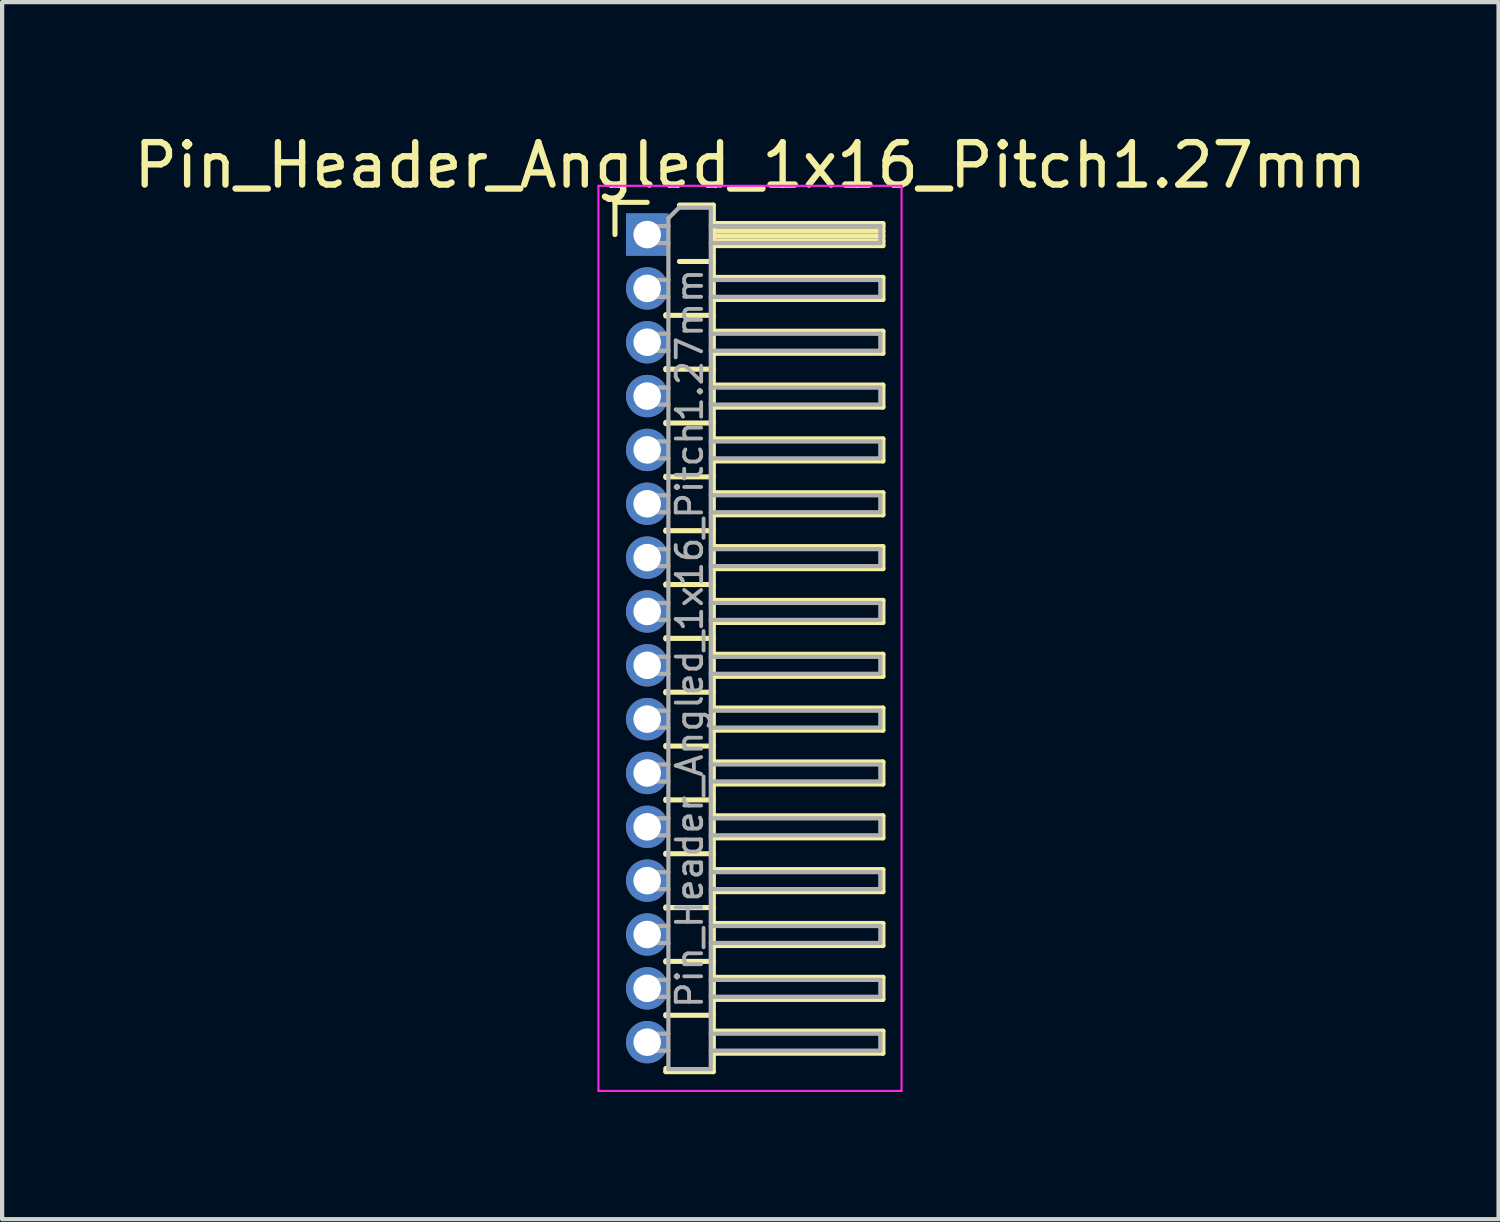
<source format=kicad_pcb>
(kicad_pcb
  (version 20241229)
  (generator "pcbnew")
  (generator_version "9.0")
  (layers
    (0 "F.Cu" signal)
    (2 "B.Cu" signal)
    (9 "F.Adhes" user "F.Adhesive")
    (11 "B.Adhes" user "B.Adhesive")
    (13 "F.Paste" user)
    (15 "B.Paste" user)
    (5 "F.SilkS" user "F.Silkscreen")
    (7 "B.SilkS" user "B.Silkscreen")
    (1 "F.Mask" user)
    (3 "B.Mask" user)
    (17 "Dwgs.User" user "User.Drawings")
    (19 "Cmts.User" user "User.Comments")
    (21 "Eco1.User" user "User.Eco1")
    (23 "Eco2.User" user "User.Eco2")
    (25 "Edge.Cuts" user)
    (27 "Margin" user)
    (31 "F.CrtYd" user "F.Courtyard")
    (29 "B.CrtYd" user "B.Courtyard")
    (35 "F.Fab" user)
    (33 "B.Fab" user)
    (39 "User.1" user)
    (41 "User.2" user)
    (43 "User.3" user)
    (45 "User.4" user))
  (footprint "Pin_Header_Angled_1x16_Pitch1.27mm"
    (layer "F.Cu")
    (at 12.216 2.483)
    (property "Reference" "Pin_Header_Angled_1x16_Pitch1.27mm" (at 2.433 -1.635 0) (layer "F.SilkS") (effects (font (size 1 1) (thickness 0.15))))
    (attr through_hole)
    (fp_line (start -0.76 -0.76) (end 0 -0.76) (stroke (width 0.12) (type solid)) (layer "F.SilkS"))
    (fp_line (start -0.76 0) (end -0.76 -0.76) (stroke (width 0.12) (type solid)) (layer "F.SilkS"))
    (fp_line (start 0.44 1.89) (end 0.44 1.92) (stroke (width 0.12) (type solid)) (layer "F.SilkS"))
    (fp_line (start 0.44 1.905) (end 1.56 1.905) (stroke (width 0.12) (type solid)) (layer "F.SilkS"))
    (fp_line (start 0.44 3.16) (end 0.44 3.19) (stroke (width 0.12) (type solid)) (layer "F.SilkS"))
    (fp_line (start 0.44 3.175) (end 1.56 3.175) (stroke (width 0.12) (type solid)) (layer "F.SilkS"))
    (fp_line (start 0.44 4.43) (end 0.44 4.46) (stroke (width 0.12) (type solid)) (layer "F.SilkS"))
    (fp_line (start 0.44 4.445) (end 1.56 4.445) (stroke (width 0.12) (type solid)) (layer "F.SilkS"))
    (fp_line (start 0.44 5.7) (end 0.44 5.73) (stroke (width 0.12) (type solid)) (layer "F.SilkS"))
    (fp_line (start 0.44 5.715) (end 1.56 5.715) (stroke (width 0.12) (type solid)) (layer "F.SilkS"))
    (fp_line (start 0.44 6.97) (end 0.44 7) (stroke (width 0.12) (type solid)) (layer "F.SilkS"))
    (fp_line (start 0.44 6.985) (end 1.56 6.985) (stroke (width 0.12) (type solid)) (layer "F.SilkS"))
    (fp_line (start 0.44 8.24) (end 0.44 8.27) (stroke (width 0.12) (type solid)) (layer "F.SilkS"))
    (fp_line (start 0.44 8.255) (end 1.56 8.255) (stroke (width 0.12) (type solid)) (layer "F.SilkS"))
    (fp_line (start 0.44 9.51) (end 0.44 9.54) (stroke (width 0.12) (type solid)) (layer "F.SilkS"))
    (fp_line (start 0.44 9.525) (end 1.56 9.525) (stroke (width 0.12) (type solid)) (layer "F.SilkS"))
    (fp_line (start 0.44 10.78) (end 0.44 10.81) (stroke (width 0.12) (type solid)) (layer "F.SilkS"))
    (fp_line (start 0.44 10.795) (end 1.56 10.795) (stroke (width 0.12) (type solid)) (layer "F.SilkS"))
    (fp_line (start 0.44 12.05) (end 0.44 12.08) (stroke (width 0.12) (type solid)) (layer "F.SilkS"))
    (fp_line (start 0.44 12.065) (end 1.56 12.065) (stroke (width 0.12) (type solid)) (layer "F.SilkS"))
    (fp_line (start 0.44 13.32) (end 0.44 13.35) (stroke (width 0.12) (type solid)) (layer "F.SilkS"))
    (fp_line (start 0.44 13.335) (end 1.56 13.335) (stroke (width 0.12) (type solid)) (layer "F.SilkS"))
    (fp_line (start 0.44 14.59) (end 0.44 14.62) (stroke (width 0.12) (type solid)) (layer "F.SilkS"))
    (fp_line (start 0.44 14.605) (end 1.56 14.605) (stroke (width 0.12) (type solid)) (layer "F.SilkS"))
    (fp_line (start 0.44 15.86) (end 0.44 15.89) (stroke (width 0.12) (type solid)) (layer "F.SilkS"))
    (fp_line (start 0.44 15.875) (end 1.56 15.875) (stroke (width 0.12) (type solid)) (layer "F.SilkS"))
    (fp_line (start 0.44 17.13) (end 0.44 17.16) (stroke (width 0.12) (type solid)) (layer "F.SilkS"))
    (fp_line (start 0.44 17.145) (end 1.56 17.145) (stroke (width 0.12) (type solid)) (layer "F.SilkS"))
    (fp_line (start 0.44 18.4) (end 0.44 18.43) (stroke (width 0.12) (type solid)) (layer "F.SilkS"))
    (fp_line (start 0.44 18.415) (end 1.56 18.415) (stroke (width 0.12) (type solid)) (layer "F.SilkS"))
    (fp_line (start 0.44 19.745) (end 0.44 19.67) (stroke (width 0.12) (type solid)) (layer "F.SilkS"))
    (fp_line (start 0.76 -0.695) (end 1.56 -0.695) (stroke (width 0.12) (type solid)) (layer "F.SilkS"))
    (fp_line (start 0.76 0.635) (end 1.56 0.635) (stroke (width 0.12) (type solid)) (layer "F.SilkS"))
    (fp_line (start 1.56 -0.695) (end 1.56 19.745) (stroke (width 0.12) (type solid)) (layer "F.SilkS"))
    (fp_line (start 1.56 -0.26) (end 5.56 -0.26) (stroke (width 0.12) (type solid)) (layer "F.SilkS"))
    (fp_line (start 1.56 -0.2) (end 5.56 -0.2) (stroke (width 0.12) (type solid)) (layer "F.SilkS"))
    (fp_line (start 1.56 -0.08) (end 5.56 -0.08) (stroke (width 0.12) (type solid)) (layer "F.SilkS"))
    (fp_line (start 1.56 0.04) (end 5.56 0.04) (stroke (width 0.12) (type solid)) (layer "F.SilkS"))
    (fp_line (start 1.56 0.16) (end 5.56 0.16) (stroke (width 0.12) (type solid)) (layer "F.SilkS"))
    (fp_line (start 1.56 1.01) (end 5.56 1.01) (stroke (width 0.12) (type solid)) (layer "F.SilkS"))
    (fp_line (start 1.56 2.28) (end 5.56 2.28) (stroke (width 0.12) (type solid)) (layer "F.SilkS"))
    (fp_line (start 1.56 3.55) (end 5.56 3.55) (stroke (width 0.12) (type solid)) (layer "F.SilkS"))
    (fp_line (start 1.56 4.82) (end 5.56 4.82) (stroke (width 0.12) (type solid)) (layer "F.SilkS"))
    (fp_line (start 1.56 6.09) (end 5.56 6.09) (stroke (width 0.12) (type solid)) (layer "F.SilkS"))
    (fp_line (start 1.56 7.36) (end 5.56 7.36) (stroke (width 0.12) (type solid)) (layer "F.SilkS"))
    (fp_line (start 1.56 8.63) (end 5.56 8.63) (stroke (width 0.12) (type solid)) (layer "F.SilkS"))
    (fp_line (start 1.56 9.9) (end 5.56 9.9) (stroke (width 0.12) (type solid)) (layer "F.SilkS"))
    (fp_line (start 1.56 11.17) (end 5.56 11.17) (stroke (width 0.12) (type solid)) (layer "F.SilkS"))
    (fp_line (start 1.56 12.44) (end 5.56 12.44) (stroke (width 0.12) (type solid)) (layer "F.SilkS"))
    (fp_line (start 1.56 13.71) (end 5.56 13.71) (stroke (width 0.12) (type solid)) (layer "F.SilkS"))
    (fp_line (start 1.56 14.98) (end 5.56 14.98) (stroke (width 0.12) (type solid)) (layer "F.SilkS"))
    (fp_line (start 1.56 16.25) (end 5.56 16.25) (stroke (width 0.12) (type solid)) (layer "F.SilkS"))
    (fp_line (start 1.56 17.52) (end 5.56 17.52) (stroke (width 0.12) (type solid)) (layer "F.SilkS"))
    (fp_line (start 1.56 18.79) (end 5.56 18.79) (stroke (width 0.12) (type solid)) (layer "F.SilkS"))
    (fp_line (start 1.56 19.745) (end 0.44 19.745) (stroke (width 0.12) (type solid)) (layer "F.SilkS"))
    (fp_line (start 5.56 -0.26) (end 5.56 0.26) (stroke (width 0.12) (type solid)) (layer "F.SilkS"))
    (fp_line (start 5.56 0.26) (end 1.56 0.26) (stroke (width 0.12) (type solid)) (layer "F.SilkS"))
    (fp_line (start 5.56 1.01) (end 5.56 1.53) (stroke (width 0.12) (type solid)) (layer "F.SilkS"))
    (fp_line (start 5.56 1.53) (end 1.56 1.53) (stroke (width 0.12) (type solid)) (layer "F.SilkS"))
    (fp_line (start 5.56 2.28) (end 5.56 2.8) (stroke (width 0.12) (type solid)) (layer "F.SilkS"))
    (fp_line (start 5.56 2.8) (end 1.56 2.8) (stroke (width 0.12) (type solid)) (layer "F.SilkS"))
    (fp_line (start 5.56 3.55) (end 5.56 4.07) (stroke (width 0.12) (type solid)) (layer "F.SilkS"))
    (fp_line (start 5.56 4.07) (end 1.56 4.07) (stroke (width 0.12) (type solid)) (layer "F.SilkS"))
    (fp_line (start 5.56 4.82) (end 5.56 5.34) (stroke (width 0.12) (type solid)) (layer "F.SilkS"))
    (fp_line (start 5.56 5.34) (end 1.56 5.34) (stroke (width 0.12) (type solid)) (layer "F.SilkS"))
    (fp_line (start 5.56 6.09) (end 5.56 6.61) (stroke (width 0.12) (type solid)) (layer "F.SilkS"))
    (fp_line (start 5.56 6.61) (end 1.56 6.61) (stroke (width 0.12) (type solid)) (layer "F.SilkS"))
    (fp_line (start 5.56 7.36) (end 5.56 7.88) (stroke (width 0.12) (type solid)) (layer "F.SilkS"))
    (fp_line (start 5.56 7.88) (end 1.56 7.88) (stroke (width 0.12) (type solid)) (layer "F.SilkS"))
    (fp_line (start 5.56 8.63) (end 5.56 9.15) (stroke (width 0.12) (type solid)) (layer "F.SilkS"))
    (fp_line (start 5.56 9.15) (end 1.56 9.15) (stroke (width 0.12) (type solid)) (layer "F.SilkS"))
    (fp_line (start 5.56 9.9) (end 5.56 10.42) (stroke (width 0.12) (type solid)) (layer "F.SilkS"))
    (fp_line (start 5.56 10.42) (end 1.56 10.42) (stroke (width 0.12) (type solid)) (layer "F.SilkS"))
    (fp_line (start 5.56 11.17) (end 5.56 11.69) (stroke (width 0.12) (type solid)) (layer "F.SilkS"))
    (fp_line (start 5.56 11.69) (end 1.56 11.69) (stroke (width 0.12) (type solid)) (layer "F.SilkS"))
    (fp_line (start 5.56 12.44) (end 5.56 12.96) (stroke (width 0.12) (type solid)) (layer "F.SilkS"))
    (fp_line (start 5.56 12.96) (end 1.56 12.96) (stroke (width 0.12) (type solid)) (layer "F.SilkS"))
    (fp_line (start 5.56 13.71) (end 5.56 14.23) (stroke (width 0.12) (type solid)) (layer "F.SilkS"))
    (fp_line (start 5.56 14.23) (end 1.56 14.23) (stroke (width 0.12) (type solid)) (layer "F.SilkS"))
    (fp_line (start 5.56 14.98) (end 5.56 15.5) (stroke (width 0.12) (type solid)) (layer "F.SilkS"))
    (fp_line (start 5.56 15.5) (end 1.56 15.5) (stroke (width 0.12) (type solid)) (layer "F.SilkS"))
    (fp_line (start 5.56 16.25) (end 5.56 16.77) (stroke (width 0.12) (type solid)) (layer "F.SilkS"))
    (fp_line (start 5.56 16.77) (end 1.56 16.77) (stroke (width 0.12) (type solid)) (layer "F.SilkS"))
    (fp_line (start 5.56 17.52) (end 5.56 18.04) (stroke (width 0.12) (type solid)) (layer "F.SilkS"))
    (fp_line (start 5.56 18.04) (end 1.56 18.04) (stroke (width 0.12) (type solid)) (layer "F.SilkS"))
    (fp_line (start 5.56 18.79) (end 5.56 19.31) (stroke (width 0.12) (type solid)) (layer "F.SilkS"))
    (fp_line (start 5.56 19.31) (end 1.56 19.31) (stroke (width 0.12) (type solid)) (layer "F.SilkS"))
    (fp_line (start -1.15 -1.15) (end -1.15 20.2) (stroke (width 0.05) (type solid)) (layer "F.CrtYd"))
    (fp_line (start -1.15 20.2) (end 6 20.2) (stroke (width 0.05) (type solid)) (layer "F.CrtYd"))
    (fp_line (start 6 -1.15) (end -1.15 -1.15) (stroke (width 0.05) (type solid)) (layer "F.CrtYd"))
    (fp_line (start 6 20.2) (end 6 -1.15) (stroke (width 0.05) (type solid)) (layer "F.CrtYd"))
    (fp_line (start -0.2 -0.2) (end -0.2 0.2) (stroke (width 0.1) (type solid)) (layer "F.Fab"))
    (fp_line (start -0.2 -0.2) (end 0.5 -0.2) (stroke (width 0.1) (type solid)) (layer "F.Fab"))
    (fp_line (start -0.2 0.2) (end 0.5 0.2) (stroke (width 0.1) (type solid)) (layer "F.Fab"))
    (fp_line (start -0.2 1.07) (end -0.2 1.47) (stroke (width 0.1) (type solid)) (layer "F.Fab"))
    (fp_line (start -0.2 1.07) (end 0.5 1.07) (stroke (width 0.1) (type solid)) (layer "F.Fab"))
    (fp_line (start -0.2 1.47) (end 0.5 1.47) (stroke (width 0.1) (type solid)) (layer "F.Fab"))
    (fp_line (start -0.2 2.34) (end -0.2 2.74) (stroke (width 0.1) (type solid)) (layer "F.Fab"))
    (fp_line (start -0.2 2.34) (end 0.5 2.34) (stroke (width 0.1) (type solid)) (layer "F.Fab"))
    (fp_line (start -0.2 2.74) (end 0.5 2.74) (stroke (width 0.1) (type solid)) (layer "F.Fab"))
    (fp_line (start -0.2 3.61) (end -0.2 4.01) (stroke (width 0.1) (type solid)) (layer "F.Fab"))
    (fp_line (start -0.2 3.61) (end 0.5 3.61) (stroke (width 0.1) (type solid)) (layer "F.Fab"))
    (fp_line (start -0.2 4.01) (end 0.5 4.01) (stroke (width 0.1) (type solid)) (layer "F.Fab"))
    (fp_line (start -0.2 4.88) (end -0.2 5.28) (stroke (width 0.1) (type solid)) (layer "F.Fab"))
    (fp_line (start -0.2 4.88) (end 0.5 4.88) (stroke (width 0.1) (type solid)) (layer "F.Fab"))
    (fp_line (start -0.2 5.28) (end 0.5 5.28) (stroke (width 0.1) (type solid)) (layer "F.Fab"))
    (fp_line (start -0.2 6.15) (end -0.2 6.55) (stroke (width 0.1) (type solid)) (layer "F.Fab"))
    (fp_line (start -0.2 6.15) (end 0.5 6.15) (stroke (width 0.1) (type solid)) (layer "F.Fab"))
    (fp_line (start -0.2 6.55) (end 0.5 6.55) (stroke (width 0.1) (type solid)) (layer "F.Fab"))
    (fp_line (start -0.2 7.42) (end -0.2 7.82) (stroke (width 0.1) (type solid)) (layer "F.Fab"))
    (fp_line (start -0.2 7.42) (end 0.5 7.42) (stroke (width 0.1) (type solid)) (layer "F.Fab"))
    (fp_line (start -0.2 7.82) (end 0.5 7.82) (stroke (width 0.1) (type solid)) (layer "F.Fab"))
    (fp_line (start -0.2 8.69) (end -0.2 9.09) (stroke (width 0.1) (type solid)) (layer "F.Fab"))
    (fp_line (start -0.2 8.69) (end 0.5 8.69) (stroke (width 0.1) (type solid)) (layer "F.Fab"))
    (fp_line (start -0.2 9.09) (end 0.5 9.09) (stroke (width 0.1) (type solid)) (layer "F.Fab"))
    (fp_line (start -0.2 9.96) (end -0.2 10.36) (stroke (width 0.1) (type solid)) (layer "F.Fab"))
    (fp_line (start -0.2 9.96) (end 0.5 9.96) (stroke (width 0.1) (type solid)) (layer "F.Fab"))
    (fp_line (start -0.2 10.36) (end 0.5 10.36) (stroke (width 0.1) (type solid)) (layer "F.Fab"))
    (fp_line (start -0.2 11.23) (end -0.2 11.63) (stroke (width 0.1) (type solid)) (layer "F.Fab"))
    (fp_line (start -0.2 11.23) (end 0.5 11.23) (stroke (width 0.1) (type solid)) (layer "F.Fab"))
    (fp_line (start -0.2 11.63) (end 0.5 11.63) (stroke (width 0.1) (type solid)) (layer "F.Fab"))
    (fp_line (start -0.2 12.5) (end -0.2 12.9) (stroke (width 0.1) (type solid)) (layer "F.Fab"))
    (fp_line (start -0.2 12.5) (end 0.5 12.5) (stroke (width 0.1) (type solid)) (layer "F.Fab"))
    (fp_line (start -0.2 12.9) (end 0.5 12.9) (stroke (width 0.1) (type solid)) (layer "F.Fab"))
    (fp_line (start -0.2 13.77) (end -0.2 14.17) (stroke (width 0.1) (type solid)) (layer "F.Fab"))
    (fp_line (start -0.2 13.77) (end 0.5 13.77) (stroke (width 0.1) (type solid)) (layer "F.Fab"))
    (fp_line (start -0.2 14.17) (end 0.5 14.17) (stroke (width 0.1) (type solid)) (layer "F.Fab"))
    (fp_line (start -0.2 15.04) (end -0.2 15.44) (stroke (width 0.1) (type solid)) (layer "F.Fab"))
    (fp_line (start -0.2 15.04) (end 0.5 15.04) (stroke (width 0.1) (type solid)) (layer "F.Fab"))
    (fp_line (start -0.2 15.44) (end 0.5 15.44) (stroke (width 0.1) (type solid)) (layer "F.Fab"))
    (fp_line (start -0.2 16.31) (end -0.2 16.71) (stroke (width 0.1) (type solid)) (layer "F.Fab"))
    (fp_line (start -0.2 16.31) (end 0.5 16.31) (stroke (width 0.1) (type solid)) (layer "F.Fab"))
    (fp_line (start -0.2 16.71) (end 0.5 16.71) (stroke (width 0.1) (type solid)) (layer "F.Fab"))
    (fp_line (start -0.2 17.58) (end -0.2 17.98) (stroke (width 0.1) (type solid)) (layer "F.Fab"))
    (fp_line (start -0.2 17.58) (end 0.5 17.58) (stroke (width 0.1) (type solid)) (layer "F.Fab"))
    (fp_line (start -0.2 17.98) (end 0.5 17.98) (stroke (width 0.1) (type solid)) (layer "F.Fab"))
    (fp_line (start -0.2 18.85) (end -0.2 19.25) (stroke (width 0.1) (type solid)) (layer "F.Fab"))
    (fp_line (start -0.2 18.85) (end 0.5 18.85) (stroke (width 0.1) (type solid)) (layer "F.Fab"))
    (fp_line (start -0.2 19.25) (end 0.5 19.25) (stroke (width 0.1) (type solid)) (layer "F.Fab"))
    (fp_line (start 0.5 -0.385) (end 0.75 -0.635) (stroke (width 0.1) (type solid)) (layer "F.Fab"))
    (fp_line (start 0.5 19.685) (end 0.5 -0.385) (stroke (width 0.1) (type solid)) (layer "F.Fab"))
    (fp_line (start 0.75 -0.635) (end 1.5 -0.635) (stroke (width 0.1) (type solid)) (layer "F.Fab"))
    (fp_line (start 1.5 -0.635) (end 1.5 19.685) (stroke (width 0.1) (type solid)) (layer "F.Fab"))
    (fp_line (start 1.5 -0.2) (end 5.5 -0.2) (stroke (width 0.1) (type solid)) (layer "F.Fab"))
    (fp_line (start 1.5 0.2) (end 5.5 0.2) (stroke (width 0.1) (type solid)) (layer "F.Fab"))
    (fp_line (start 1.5 1.07) (end 5.5 1.07) (stroke (width 0.1) (type solid)) (layer "F.Fab"))
    (fp_line (start 1.5 1.47) (end 5.5 1.47) (stroke (width 0.1) (type solid)) (layer "F.Fab"))
    (fp_line (start 1.5 2.34) (end 5.5 2.34) (stroke (width 0.1) (type solid)) (layer "F.Fab"))
    (fp_line (start 1.5 2.74) (end 5.5 2.74) (stroke (width 0.1) (type solid)) (layer "F.Fab"))
    (fp_line (start 1.5 3.61) (end 5.5 3.61) (stroke (width 0.1) (type solid)) (layer "F.Fab"))
    (fp_line (start 1.5 4.01) (end 5.5 4.01) (stroke (width 0.1) (type solid)) (layer "F.Fab"))
    (fp_line (start 1.5 4.88) (end 5.5 4.88) (stroke (width 0.1) (type solid)) (layer "F.Fab"))
    (fp_line (start 1.5 5.28) (end 5.5 5.28) (stroke (width 0.1) (type solid)) (layer "F.Fab"))
    (fp_line (start 1.5 6.15) (end 5.5 6.15) (stroke (width 0.1) (type solid)) (layer "F.Fab"))
    (fp_line (start 1.5 6.55) (end 5.5 6.55) (stroke (width 0.1) (type solid)) (layer "F.Fab"))
    (fp_line (start 1.5 7.42) (end 5.5 7.42) (stroke (width 0.1) (type solid)) (layer "F.Fab"))
    (fp_line (start 1.5 7.82) (end 5.5 7.82) (stroke (width 0.1) (type solid)) (layer "F.Fab"))
    (fp_line (start 1.5 8.69) (end 5.5 8.69) (stroke (width 0.1) (type solid)) (layer "F.Fab"))
    (fp_line (start 1.5 9.09) (end 5.5 9.09) (stroke (width 0.1) (type solid)) (layer "F.Fab"))
    (fp_line (start 1.5 9.96) (end 5.5 9.96) (stroke (width 0.1) (type solid)) (layer "F.Fab"))
    (fp_line (start 1.5 10.36) (end 5.5 10.36) (stroke (width 0.1) (type solid)) (layer "F.Fab"))
    (fp_line (start 1.5 11.23) (end 5.5 11.23) (stroke (width 0.1) (type solid)) (layer "F.Fab"))
    (fp_line (start 1.5 11.63) (end 5.5 11.63) (stroke (width 0.1) (type solid)) (layer "F.Fab"))
    (fp_line (start 1.5 12.5) (end 5.5 12.5) (stroke (width 0.1) (type solid)) (layer "F.Fab"))
    (fp_line (start 1.5 12.9) (end 5.5 12.9) (stroke (width 0.1) (type solid)) (layer "F.Fab"))
    (fp_line (start 1.5 13.77) (end 5.5 13.77) (stroke (width 0.1) (type solid)) (layer "F.Fab"))
    (fp_line (start 1.5 14.17) (end 5.5 14.17) (stroke (width 0.1) (type solid)) (layer "F.Fab"))
    (fp_line (start 1.5 15.04) (end 5.5 15.04) (stroke (width 0.1) (type solid)) (layer "F.Fab"))
    (fp_line (start 1.5 15.44) (end 5.5 15.44) (stroke (width 0.1) (type solid)) (layer "F.Fab"))
    (fp_line (start 1.5 16.31) (end 5.5 16.31) (stroke (width 0.1) (type solid)) (layer "F.Fab"))
    (fp_line (start 1.5 16.71) (end 5.5 16.71) (stroke (width 0.1) (type solid)) (layer "F.Fab"))
    (fp_line (start 1.5 17.58) (end 5.5 17.58) (stroke (width 0.1) (type solid)) (layer "F.Fab"))
    (fp_line (start 1.5 17.98) (end 5.5 17.98) (stroke (width 0.1) (type solid)) (layer "F.Fab"))
    (fp_line (start 1.5 18.85) (end 5.5 18.85) (stroke (width 0.1) (type solid)) (layer "F.Fab"))
    (fp_line (start 1.5 19.25) (end 5.5 19.25) (stroke (width 0.1) (type solid)) (layer "F.Fab"))
    (fp_line (start 1.5 19.685) (end 0.5 19.685) (stroke (width 0.1) (type solid)) (layer "F.Fab"))
    (fp_line (start 5.5 -0.2) (end 5.5 0.2) (stroke (width 0.1) (type solid)) (layer "F.Fab"))
    (fp_line (start 5.5 1.07) (end 5.5 1.47) (stroke (width 0.1) (type solid)) (layer "F.Fab"))
    (fp_line (start 5.5 2.34) (end 5.5 2.74) (stroke (width 0.1) (type solid)) (layer "F.Fab"))
    (fp_line (start 5.5 3.61) (end 5.5 4.01) (stroke (width 0.1) (type solid)) (layer "F.Fab"))
    (fp_line (start 5.5 4.88) (end 5.5 5.28) (stroke (width 0.1) (type solid)) (layer "F.Fab"))
    (fp_line (start 5.5 6.15) (end 5.5 6.55) (stroke (width 0.1) (type solid)) (layer "F.Fab"))
    (fp_line (start 5.5 7.42) (end 5.5 7.82) (stroke (width 0.1) (type solid)) (layer "F.Fab"))
    (fp_line (start 5.5 8.69) (end 5.5 9.09) (stroke (width 0.1) (type solid)) (layer "F.Fab"))
    (fp_line (start 5.5 9.96) (end 5.5 10.36) (stroke (width 0.1) (type solid)) (layer "F.Fab"))
    (fp_line (start 5.5 11.23) (end 5.5 11.63) (stroke (width 0.1) (type solid)) (layer "F.Fab"))
    (fp_line (start 5.5 12.5) (end 5.5 12.9) (stroke (width 0.1) (type solid)) (layer "F.Fab"))
    (fp_line (start 5.5 13.77) (end 5.5 14.17) (stroke (width 0.1) (type solid)) (layer "F.Fab"))
    (fp_line (start 5.5 15.04) (end 5.5 15.44) (stroke (width 0.1) (type solid)) (layer "F.Fab"))
    (fp_line (start 5.5 16.31) (end 5.5 16.71) (stroke (width 0.1) (type solid)) (layer "F.Fab"))
    (fp_line (start 5.5 17.58) (end 5.5 17.98) (stroke (width 0.1) (type solid)) (layer "F.Fab"))
    (fp_line (start 5.5 18.85) (end 5.5 19.25) (stroke (width 0.1) (type solid)) (layer "F.Fab"))
    (fp_text user "${REFERENCE}" (at 1 9.525 90) (layer "F.Fab") (effects (font (size 0.6 0.6) (thickness 0.09))))
    (pad "1" thru_hole rect (at 0 0) (size 1 1) (drill 0.65) (layers "*.Cu" "*.Mask"))
    (pad "2" thru_hole oval (at 0 1.27) (size 1 1) (drill 0.65) (layers "*.Cu" "*.Mask"))
    (pad "3" thru_hole oval (at 0 2.54) (size 1 1) (drill 0.65) (layers "*.Cu" "*.Mask"))
    (pad "4" thru_hole oval (at 0 3.81) (size 1 1) (drill 0.65) (layers "*.Cu" "*.Mask"))
    (pad "5" thru_hole oval (at 0 5.08) (size 1 1) (drill 0.65) (layers "*.Cu" "*.Mask"))
    (pad "6" thru_hole oval (at 0 6.35) (size 1 1) (drill 0.65) (layers "*.Cu" "*.Mask"))
    (pad "7" thru_hole oval (at 0 7.62) (size 1 1) (drill 0.65) (layers "*.Cu" "*.Mask"))
    (pad "8" thru_hole oval (at 0 8.89) (size 1 1) (drill 0.65) (layers "*.Cu" "*.Mask"))
    (pad "9" thru_hole oval (at 0 10.16) (size 1 1) (drill 0.65) (layers "*.Cu" "*.Mask"))
    (pad "10" thru_hole oval (at 0 11.43) (size 1 1) (drill 0.65) (layers "*.Cu" "*.Mask"))
    (pad "11" thru_hole oval (at 0 12.7) (size 1 1) (drill 0.65) (layers "*.Cu" "*.Mask"))
    (pad "12" thru_hole oval (at 0 13.97) (size 1 1) (drill 0.65) (layers "*.Cu" "*.Mask"))
    (pad "13" thru_hole oval (at 0 15.24) (size 1 1) (drill 0.65) (layers "*.Cu" "*.Mask"))
    (pad "14" thru_hole oval (at 0 16.51) (size 1 1) (drill 0.65) (layers "*.Cu" "*.Mask"))
    (pad "15" thru_hole oval (at 0 17.78) (size 1 1) (drill 0.65) (layers "*.Cu" "*.Mask"))
    (pad "16" thru_hole oval (at 0 19.05) (size 1 1) (drill 0.65) (layers "*.Cu" "*.Mask")))
  (gr_rect
    (start -3 -3)
    (end 32.298 25.708)
    (stroke (width 0.1) (type default))
    (fill no)
    (layer "Edge.Cuts")))
</source>
